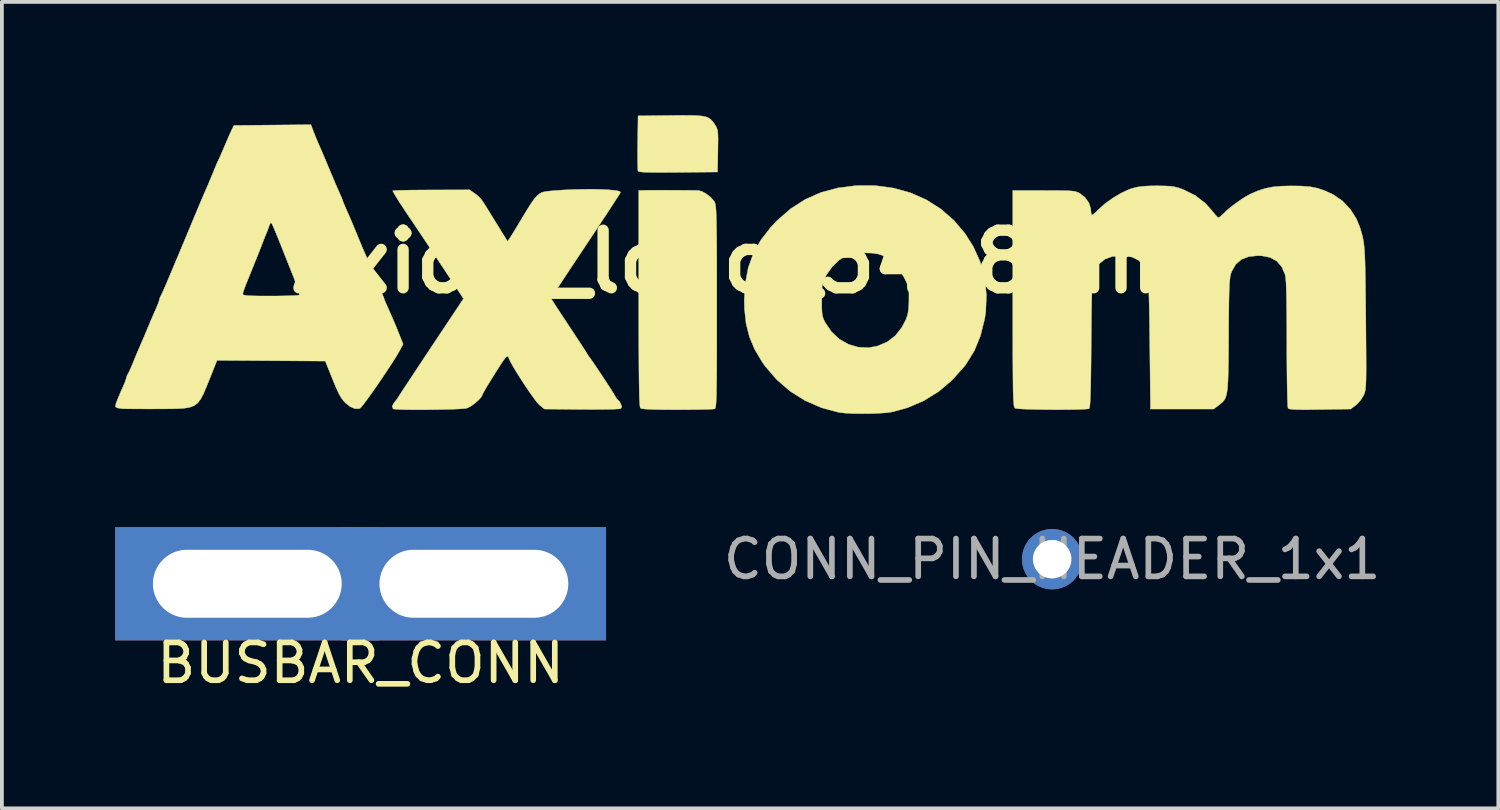
<source format=kicad_pcb>
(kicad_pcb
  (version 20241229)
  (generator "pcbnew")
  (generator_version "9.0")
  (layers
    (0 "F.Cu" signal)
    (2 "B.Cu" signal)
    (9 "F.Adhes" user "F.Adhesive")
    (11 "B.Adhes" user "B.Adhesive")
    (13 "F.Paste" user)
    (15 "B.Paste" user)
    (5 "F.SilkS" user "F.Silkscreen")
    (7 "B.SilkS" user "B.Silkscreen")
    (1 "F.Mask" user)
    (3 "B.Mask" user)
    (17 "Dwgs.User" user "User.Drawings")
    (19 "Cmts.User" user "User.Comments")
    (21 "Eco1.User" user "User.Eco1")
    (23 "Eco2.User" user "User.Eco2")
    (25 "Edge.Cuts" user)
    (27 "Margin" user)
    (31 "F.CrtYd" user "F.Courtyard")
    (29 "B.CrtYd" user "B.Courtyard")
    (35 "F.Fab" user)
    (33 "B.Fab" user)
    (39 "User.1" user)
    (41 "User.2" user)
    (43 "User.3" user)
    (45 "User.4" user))
  (footprint "CONN_PIN_HEADER_1x1"
    (layer "F.Cu")
    (at 24.815 11.759)
    (property "Reference" "CONN_PIN_HEADER_1x1" (at 0 0 0) (layer "F.Fab") (effects (font (size 1 1) (thickness 0.15))))
    (attr through_hole)
    (pad "1" thru_hole circle (at 0 0) (size 1.6 1.6) (drill 1.02) (layers "*.Cu" "*.Mask")))
  (footprint "BUSBAR_CONN"
    (layer "F.Cu")
    (at 6.5 12.41)
    (property "Reference" "BUSBAR_CONN" (at 0 2.1 0) (layer "F.SilkS") (effects (font (size 1 1) (thickness 0.15))))
    (attr through_hole)
    (pad "1" thru_hole rect (at -3 0) (size 7 3) (drill oval 5 1.8) (layers "*.Cu" "*.Mask"))
    (pad "1" thru_hole rect (at 3 0) (size 7 3) (drill oval 5 1.8) (layers "*.Cu" "*.Mask")))
  (footprint "Axiom_logo_34x8mm"
    (layer "F.Cu")
    (at 16.515 3.882)
    (property "Reference" "Axiom_logo_34x8mm" (at 0 0 0) (layer "F.SilkS") (effects (font (size 1.524 1.524) (thickness 0.3))))
    (attr through_hole)
    (fp_poly (pts (xy -1.274 -3.876) (xy -1.094 -3.87) (xy -0.958 -3.857) (xy -0.858 -3.834) (xy -0.784 -3.801) (xy -0.725 -3.754) (xy -0.674 -3.693) (xy -0.634 -3.633) (xy -0.599 -3.578) (xy -0.575 -3.525) (xy -0.559 -3.462) (xy -0.551 -3.374) (xy -0.548 -3.249) (xy -0.55 -3.073) (xy -0.552 -2.936) (xy -0.562 -2.377) (xy -1.607 -2.367) (xy -1.922 -2.365) (xy -2.171 -2.365) (xy -2.361 -2.367) (xy -2.499 -2.371) (xy -2.592 -2.379) (xy -2.646 -2.389) (xy -2.668 -2.403) (xy -2.669 -2.404) (xy -2.674 -2.454) (xy -2.677 -2.564) (xy -2.679 -2.723) (xy -2.679 -2.918) (xy -2.677 -3.137) (xy -2.677 -3.158) (xy -2.667 -3.864) (xy -1.805 -3.874) (xy -1.508 -3.877) (xy -1.274 -3.876)) (stroke (width 0.01) (type solid)) (fill yes) (layer "F.SilkS"))
    (fp_poly (pts (xy -1.814 -1.894) (xy -1.592 -1.893) (xy -1.379 -1.891) (xy -1.189 -1.89) (xy -1.069 -1.888) (xy -0.97 -1.861) (xy -0.852 -1.793) (xy -0.738 -1.702) (xy -0.654 -1.606) (xy -0.635 -1.574) (xy -0.625 -1.544) (xy -0.616 -1.499) (xy -0.608 -1.434) (xy -0.601 -1.343) (xy -0.596 -1.222) (xy -0.591 -1.066) (xy -0.588 -0.87) (xy -0.585 -0.629) (xy -0.583 -0.338) (xy -0.582 0.008) (xy -0.581 0.413) (xy -0.581 0.883) (xy -0.581 1.208) (xy -0.581 1.715) (xy -0.581 2.154) (xy -0.582 2.531) (xy -0.583 2.849) (xy -0.585 3.114) (xy -0.588 3.33) (xy -0.591 3.503) (xy -0.596 3.637) (xy -0.601 3.738) (xy -0.608 3.809) (xy -0.615 3.855) (xy -0.624 3.883) (xy -0.635 3.895) (xy -0.638 3.897) (xy -0.689 3.903) (xy -0.802 3.908) (xy -0.966 3.913) (xy -1.173 3.916) (xy -1.41 3.918) (xy -1.629 3.919) (xy -1.942 3.918) (xy -2.189 3.914) (xy -2.373 3.908) (xy -2.501 3.899) (xy -2.577 3.888) (xy -2.605 3.875) (xy -2.614 3.85) (xy -2.621 3.788) (xy -2.627 3.686) (xy -2.633 3.542) (xy -2.637 3.35) (xy -2.641 3.108) (xy -2.644 2.811) (xy -2.646 2.457) (xy -2.648 2.042) (xy -2.649 1.561) (xy -2.649 1.012) (xy -2.649 0.972) (xy -2.649 -1.887) (xy -2.458 -1.892) (xy -2.366 -1.893) (xy -2.217 -1.894) (xy -2.028 -1.894) (xy -1.814 -1.894)) (stroke (width 0.01) (type solid)) (fill yes) (layer "F.SilkS"))
    (fp_poly (pts (xy 4.092 -1.953) (xy 4.546 -1.827) (xy 4.968 -1.641) (xy 5.354 -1.396) (xy 5.699 -1.094) (xy 5.999 -0.739) (xy 6.214 -0.399) (xy 6.394 0.003) (xy 6.51 0.431) (xy 6.559 0.876) (xy 6.541 1.327) (xy 6.514 1.506) (xy 6.403 1.957) (xy 6.238 2.36) (xy 6.019 2.714) (xy 5.985 2.759) (xy 5.654 3.131) (xy 5.294 3.438) (xy 4.9 3.682) (xy 4.469 3.866) (xy 4.064 3.977) (xy 3.923 3.998) (xy 3.729 4.012) (xy 3.503 4.021) (xy 3.265 4.023) (xy 3.033 4.02) (xy 2.829 4.01) (xy 2.672 3.993) (xy 2.649 3.989) (xy 2.19 3.866) (xy 1.759 3.679) (xy 1.363 3.43) (xy 1.008 3.125) (xy 0.699 2.767) (xy 0.62 2.655) (xy 0.423 2.323) (xy 0.283 1.99) (xy 0.194 1.639) (xy 0.152 1.253) (xy 0.15 1.187) (xy 2.198 1.187) (xy 2.203 1.321) (xy 2.214 1.418) (xy 2.236 1.496) (xy 2.271 1.574) (xy 2.292 1.615) (xy 2.459 1.858) (xy 2.666 2.051) (xy 2.906 2.187) (xy 3.167 2.264) (xy 3.44 2.276) (xy 3.682 2.23) (xy 3.935 2.121) (xy 4.146 1.958) (xy 4.32 1.737) (xy 4.431 1.525) (xy 4.471 1.411) (xy 4.495 1.273) (xy 4.506 1.093) (xy 4.507 1.015) (xy 4.508 0.85) (xy 4.501 0.733) (xy 4.481 0.638) (xy 4.442 0.542) (xy 4.38 0.419) (xy 4.373 0.404) (xy 4.213 0.158) (xy 4.018 -0.034) (xy 3.81 -0.167) (xy 3.691 -0.206) (xy 3.524 -0.229) (xy 3.332 -0.236) (xy 3.14 -0.228) (xy 2.97 -0.203) (xy 2.857 -0.169) (xy 2.66 -0.047) (xy 2.476 0.131) (xy 2.323 0.346) (xy 2.317 0.357) (xy 2.268 0.448) (xy 2.235 0.525) (xy 2.215 0.606) (xy 2.204 0.71) (xy 2.2 0.854) (xy 2.198 0.998) (xy 2.198 1.187) (xy 0.15 1.187) (xy 0.146 1.026) (xy 0.173 0.569) (xy 0.252 0.155) (xy 0.389 -0.223) (xy 0.586 -0.576) (xy 0.847 -0.913) (xy 1.016 -1.092) (xy 1.375 -1.404) (xy 1.76 -1.651) (xy 2.175 -1.834) (xy 2.625 -1.955) (xy 3.102 -2.016) (xy 3.609 -2.017) (xy 4.092 -1.953)) (stroke (width 0.01) (type solid)) (fill yes) (layer "F.SilkS"))
    (fp_poly (pts (xy -3.686 -1.917) (xy -3.497 -1.908) (xy -3.472 -1.907) (xy -3.304 -1.892) (xy -3.198 -1.876) (xy -3.145 -1.858) (xy -3.133 -1.834) (xy -3.135 -1.83) (xy -3.158 -1.79) (xy -3.218 -1.697) (xy -3.31 -1.555) (xy -3.429 -1.372) (xy -3.573 -1.154) (xy -3.736 -0.907) (xy -3.914 -0.638) (xy -4.062 -0.415) (xy -4.249 -0.134) (xy -4.424 0.129) (xy -4.581 0.366) (xy -4.717 0.573) (xy -4.828 0.742) (xy -4.91 0.869) (xy -4.959 0.946) (xy -4.971 0.968) (xy -4.952 1.002) (xy -4.898 1.088) (xy -4.815 1.216) (xy -4.708 1.379) (xy -4.584 1.567) (xy -4.508 1.681) (xy -4.376 1.881) (xy -4.257 2.062) (xy -4.157 2.214) (xy -4.083 2.329) (xy -4.04 2.397) (xy -4.031 2.411) (xy -3.996 2.471) (xy -3.986 2.484) (xy -3.938 2.549) (xy -3.861 2.659) (xy -3.764 2.802) (xy -3.657 2.962) (xy -3.548 3.127) (xy -3.446 3.282) (xy -3.361 3.415) (xy -3.302 3.51) (xy -3.281 3.547) (xy -3.235 3.624) (xy -3.199 3.664) (xy -3.195 3.665) (xy -3.163 3.694) (xy -3.125 3.761) (xy -3.099 3.838) (xy -3.116 3.88) (xy -3.128 3.889) (xy -3.175 3.897) (xy -3.286 3.904) (xy -3.448 3.908) (xy -3.654 3.911) (xy -3.893 3.912) (xy -4.154 3.911) (xy -4.16 3.911) (xy -5.146 3.901) (xy -5.282 3.79) (xy -5.34 3.728) (xy -5.425 3.617) (xy -5.53 3.47) (xy -5.646 3.3) (xy -5.763 3.12) (xy -5.875 2.944) (xy -5.971 2.784) (xy -6.043 2.654) (xy -6.083 2.568) (xy -6.083 2.567) (xy -6.099 2.527) (xy -6.116 2.505) (xy -6.141 2.508) (xy -6.178 2.542) (xy -6.232 2.612) (xy -6.307 2.724) (xy -6.409 2.884) (xy -6.543 3.098) (xy -6.598 3.187) (xy -6.678 3.318) (xy -6.741 3.427) (xy -6.779 3.498) (xy -6.785 3.516) (xy -6.814 3.577) (xy -6.886 3.658) (xy -6.984 3.745) (xy -7.089 3.822) (xy -7.183 3.872) (xy -7.203 3.878) (xy -7.274 3.889) (xy -7.401 3.898) (xy -7.573 3.905) (xy -7.777 3.911) (xy -8.001 3.916) (xy -8.234 3.919) (xy -8.464 3.919) (xy -8.679 3.919) (xy -8.868 3.916) (xy -9.018 3.91) (xy -9.118 3.903) (xy -9.156 3.895) (xy -9.178 3.827) (xy -9.134 3.739) (xy -9.113 3.715) (xy -9.058 3.649) (xy -9.032 3.609) (xy -9.009 3.572) (xy -8.95 3.481) (xy -8.86 3.343) (xy -8.742 3.164) (xy -8.6 2.949) (xy -8.44 2.707) (xy -8.264 2.442) (xy -8.154 2.276) (xy -7.29 0.978) (xy -7.798 0.208) (xy -7.971 -0.053) (xy -8.161 -0.34) (xy -8.356 -0.632) (xy -8.542 -0.91) (xy -8.705 -1.153) (xy -8.745 -1.211) (xy -8.872 -1.402) (xy -8.984 -1.573) (xy -9.073 -1.714) (xy -9.134 -1.817) (xy -9.162 -1.873) (xy -9.163 -1.88) (xy -9.123 -1.885) (xy -9.02 -1.89) (xy -8.863 -1.894) (xy -8.662 -1.898) (xy -8.427 -1.9) (xy -8.166 -1.902) (xy -8.137 -1.902) (xy -7.13 -1.905) (xy -7.003 -1.816) (xy -6.937 -1.768) (xy -6.884 -1.722) (xy -6.833 -1.668) (xy -6.777 -1.592) (xy -6.706 -1.482) (xy -6.61 -1.327) (xy -6.563 -1.252) (xy -6.462 -1.087) (xy -6.362 -0.926) (xy -6.278 -0.789) (xy -6.231 -0.715) (xy -6.122 -0.54) (xy -6.053 -0.642) (xy -6.009 -0.711) (xy -5.938 -0.827) (xy -5.848 -0.975) (xy -5.748 -1.141) (xy -5.726 -1.179) (xy -5.598 -1.39) (xy -5.498 -1.548) (xy -5.418 -1.661) (xy -5.349 -1.74) (xy -5.285 -1.795) (xy -5.221 -1.834) (xy -5.148 -1.854) (xy -5.014 -1.872) (xy -4.834 -1.888) (xy -4.62 -1.902) (xy -4.386 -1.912) (xy -4.143 -1.918) (xy -3.905 -1.92) (xy -3.686 -1.917)) (stroke (width 0.01) (type solid)) (fill yes) (layer "F.SilkS"))
    (fp_poly (pts (xy -11.266 -3.457) (xy -11.21 -3.315) (xy -11.145 -3.16) (xy -11.12 -3.102) (xy -11.061 -2.969) (xy -10.992 -2.807) (xy -10.94 -2.685) (xy -10.881 -2.544) (xy -10.825 -2.41) (xy -10.788 -2.322) (xy -10.743 -2.218) (xy -10.707 -2.13) (xy -10.704 -2.123) (xy -10.674 -2.052) (xy -10.626 -1.941) (xy -10.581 -1.841) (xy -10.532 -1.729) (xy -10.498 -1.647) (xy -10.487 -1.613) (xy -10.473 -1.573) (xy -10.438 -1.489) (xy -10.41 -1.424) (xy -10.344 -1.275) (xy -10.288 -1.147) (xy -10.232 -1.016) (xy -10.167 -0.858) (xy -10.105 -0.708) (xy -10.038 -0.547) (xy -9.974 -0.393) (xy -9.922 -0.272) (xy -9.906 -0.236) (xy -9.853 -0.117) (xy -9.787 0.035) (xy -9.713 0.208) (xy -9.636 0.388) (xy -9.561 0.564) (xy -9.495 0.721) (xy -9.442 0.849) (xy -9.408 0.934) (xy -9.398 0.962) (xy -9.384 1.003) (xy -9.35 1.088) (xy -9.321 1.152) (xy -9.233 1.349) (xy -9.168 1.498) (xy -9.117 1.616) (xy -9.072 1.722) (xy -9.027 1.834) (xy -8.997 1.909) (xy -8.89 2.18) (xy -8.959 2.314) (xy -9.018 2.419) (xy -9.104 2.561) (xy -9.212 2.73) (xy -9.335 2.916) (xy -9.465 3.11) (xy -9.597 3.302) (xy -9.723 3.482) (xy -9.837 3.64) (xy -9.932 3.768) (xy -10.001 3.854) (xy -10.039 3.89) (xy -10.04 3.89) (xy -10.167 3.891) (xy -10.294 3.836) (xy -10.412 3.742) (xy -10.478 3.673) (xy -10.539 3.586) (xy -10.603 3.469) (xy -10.676 3.308) (xy -10.753 3.121) (xy -10.951 2.631) (xy -12.384 2.621) (xy -13.817 2.612) (xy -14.002 3.075) (xy -14.097 3.311) (xy -14.177 3.497) (xy -14.251 3.638) (xy -14.33 3.741) (xy -14.425 3.812) (xy -14.544 3.857) (xy -14.699 3.882) (xy -14.9 3.893) (xy -15.156 3.896) (xy -15.366 3.897) (xy -15.612 3.898) (xy -15.843 3.897) (xy -16.047 3.896) (xy -16.209 3.894) (xy -16.317 3.891) (xy -16.338 3.89) (xy -16.457 3.872) (xy -16.508 3.84) (xy -16.51 3.831) (xy -16.497 3.767) (xy -16.456 3.654) (xy -16.385 3.486) (xy -16.307 3.31) (xy -16.259 3.198) (xy -16.228 3.109) (xy -16.22 3.072) (xy -16.197 3.003) (xy -16.189 2.992) (xy -16.161 2.944) (xy -16.116 2.847) (xy -16.06 2.718) (xy -16.039 2.667) (xy -15.976 2.512) (xy -15.914 2.364) (xy -15.864 2.249) (xy -15.857 2.232) (xy -15.808 2.12) (xy -15.746 1.975) (xy -15.694 1.851) (xy -15.614 1.66) (xy -15.55 1.508) (xy -15.49 1.37) (xy -15.426 1.225) (xy -15.382 1.12) (xy -15.354 1.041) (xy -15.349 1.016) (xy -15.332 0.956) (xy -15.313 0.916) (xy -15.294 0.88) (xy -15.282 0.855) (xy -13.135 0.855) (xy -13.125 0.873) (xy -13.089 0.886) (xy -13.017 0.896) (xy -12.902 0.902) (xy -12.736 0.906) (xy -12.509 0.907) (xy -12.394 0.907) (xy -12.169 0.906) (xy -11.971 0.902) (xy -11.808 0.897) (xy -11.694 0.89) (xy -11.639 0.882) (xy -11.635 0.88) (xy -11.641 0.836) (xy -11.672 0.735) (xy -11.723 0.588) (xy -11.791 0.405) (xy -11.874 0.196) (xy -11.902 0.127) (xy -11.925 0.069) (xy -11.97 -0.043) (xy -12.03 -0.195) (xy -12.101 -0.373) (xy -12.14 -0.472) (xy -12.214 -0.655) (xy -12.28 -0.814) (xy -12.332 -0.937) (xy -12.367 -1.012) (xy -12.376 -1.029) (xy -12.404 -1.023) (xy -12.428 -0.974) (xy -12.462 -0.877) (xy -12.5 -0.78) (xy -12.538 -0.687) (xy -12.589 -0.557) (xy -12.629 -0.454) (xy -12.684 -0.31) (xy -12.74 -0.169) (xy -12.772 -0.091) (xy -12.827 0.044) (xy -12.883 0.184) (xy -12.889 0.2) (xy -12.935 0.312) (xy -12.993 0.457) (xy -13.041 0.574) (xy -13.089 0.698) (xy -13.123 0.799) (xy -13.135 0.855) (xy -15.282 0.855) (xy -15.266 0.82) (xy -15.226 0.731) (xy -15.172 0.607) (xy -15.103 0.446) (xy -15.017 0.241) (xy -14.911 -0.01) (xy -14.784 -0.313) (xy -14.634 -0.672) (xy -14.459 -1.092) (xy -14.37 -1.306) (xy -14.293 -1.49) (xy -14.219 -1.664) (xy -14.156 -1.811) (xy -14.113 -1.911) (xy -14.109 -1.918) (xy -14.059 -2.033) (xy -13.996 -2.183) (xy -13.933 -2.335) (xy -13.875 -2.477) (xy -13.82 -2.608) (xy -13.778 -2.699) (xy -13.776 -2.703) (xy -13.751 -2.757) (xy -13.725 -2.814) (xy -13.692 -2.888) (xy -13.647 -2.993) (xy -13.583 -3.144) (xy -13.538 -3.248) (xy -13.485 -3.37) (xy -13.435 -3.478) (xy -13.415 -3.52) (xy -13.369 -3.61) (xy -12.35 -3.62) (xy -11.331 -3.63) (xy -11.266 -3.457)) (stroke (width 0.01) (type solid)) (fill yes) (layer "F.SilkS"))
    (fp_poly (pts (xy 11.283 -2.008) (xy 11.43 -2) (xy 11.548 -1.983) (xy 11.657 -1.954) (xy 11.775 -1.912) (xy 12.088 -1.756) (xy 12.356 -1.55) (xy 12.526 -1.36) (xy 12.603 -1.264) (xy 12.666 -1.194) (xy 12.697 -1.168) (xy 12.74 -1.186) (xy 12.807 -1.243) (xy 12.834 -1.271) (xy 12.935 -1.368) (xy 13.077 -1.484) (xy 13.239 -1.603) (xy 13.397 -1.708) (xy 13.531 -1.784) (xy 13.542 -1.79) (xy 13.751 -1.88) (xy 13.942 -1.942) (xy 14.138 -1.981) (xy 14.362 -2.002) (xy 14.623 -2.009) (xy 14.902 -2.005) (xy 15.13 -1.987) (xy 15.326 -1.948) (xy 15.512 -1.886) (xy 15.707 -1.796) (xy 15.76 -1.768) (xy 15.992 -1.607) (xy 16.196 -1.391) (xy 16.357 -1.138) (xy 16.445 -0.925) (xy 16.476 -0.825) (xy 16.503 -0.733) (xy 16.525 -0.644) (xy 16.543 -0.55) (xy 16.558 -0.444) (xy 16.57 -0.32) (xy 16.579 -0.169) (xy 16.586 0.014) (xy 16.592 0.238) (xy 16.596 0.509) (xy 16.6 0.835) (xy 16.604 1.222) (xy 16.607 1.476) (xy 16.61 1.896) (xy 16.613 2.25) (xy 16.615 2.544) (xy 16.616 2.784) (xy 16.615 2.977) (xy 16.612 3.128) (xy 16.608 3.245) (xy 16.601 3.334) (xy 16.593 3.4) (xy 16.582 3.451) (xy 16.569 3.492) (xy 16.553 3.53) (xy 16.553 3.53) (xy 16.478 3.655) (xy 16.376 3.77) (xy 16.345 3.796) (xy 16.207 3.901) (xy 15.392 3.913) (xy 15.118 3.917) (xy 14.909 3.917) (xy 14.755 3.915) (xy 14.65 3.908) (xy 14.585 3.898) (xy 14.552 3.883) (xy 14.546 3.877) (xy 14.54 3.832) (xy 14.534 3.721) (xy 14.529 3.553) (xy 14.524 3.335) (xy 14.52 3.074) (xy 14.517 2.777) (xy 14.515 2.453) (xy 14.515 2.163) (xy 14.514 1.708) (xy 14.511 1.323) (xy 14.507 1.005) (xy 14.501 0.752) (xy 14.494 0.56) (xy 14.484 0.428) (xy 14.473 0.353) (xy 14.472 0.349) (xy 14.383 0.138) (xy 14.25 -0.016) (xy 14.073 -0.114) (xy 13.847 -0.158) (xy 13.749 -0.161) (xy 13.506 -0.136) (xy 13.313 -0.062) (xy 13.166 0.065) (xy 13.059 0.248) (xy 13.042 0.291) (xy 13.026 0.341) (xy 13.014 0.403) (xy 13.004 0.486) (xy 12.995 0.597) (xy 12.989 0.742) (xy 12.984 0.929) (xy 12.98 1.165) (xy 12.977 1.457) (xy 12.974 1.812) (xy 12.974 1.941) (xy 12.972 2.332) (xy 12.969 2.657) (xy 12.964 2.923) (xy 12.957 3.137) (xy 12.947 3.306) (xy 12.932 3.438) (xy 12.912 3.538) (xy 12.886 3.613) (xy 12.852 3.671) (xy 12.81 3.719) (xy 12.758 3.763) (xy 12.716 3.796) (xy 12.579 3.901) (xy 10.904 3.901) (xy 10.885 2.159) (xy 10.879 1.688) (xy 10.873 1.289) (xy 10.865 0.959) (xy 10.857 0.697) (xy 10.847 0.501) (xy 10.837 0.369) (xy 10.825 0.301) (xy 10.824 0.3) (xy 10.726 0.101) (xy 10.591 -0.038) (xy 10.414 -0.124) (xy 10.188 -0.159) (xy 10.124 -0.16) (xy 9.888 -0.138) (xy 9.7 -0.069) (xy 9.55 0.05) (xy 9.529 0.074) (xy 9.489 0.124) (xy 9.455 0.175) (xy 9.426 0.232) (xy 9.403 0.303) (xy 9.385 0.393) (xy 9.371 0.51) (xy 9.36 0.66) (xy 9.351 0.849) (xy 9.346 1.084) (xy 9.341 1.372) (xy 9.338 1.719) (xy 9.335 2.132) (xy 9.334 2.158) (xy 9.331 2.58) (xy 9.327 2.934) (xy 9.322 3.224) (xy 9.317 3.456) (xy 9.31 3.633) (xy 9.303 3.76) (xy 9.294 3.842) (xy 9.284 3.884) (xy 9.279 3.89) (xy 9.228 3.899) (xy 9.116 3.907) (xy 8.956 3.912) (xy 8.76 3.916) (xy 8.539 3.917) (xy 8.306 3.917) (xy 8.072 3.915) (xy 7.85 3.911) (xy 7.652 3.906) (xy 7.49 3.899) (xy 7.376 3.89) (xy 7.321 3.88) (xy 7.321 3.88) (xy 7.309 3.87) (xy 7.299 3.851) (xy 7.29 3.818) (xy 7.283 3.767) (xy 7.277 3.693) (xy 7.271 3.591) (xy 7.267 3.457) (xy 7.264 3.285) (xy 7.262 3.071) (xy 7.26 2.81) (xy 7.258 2.498) (xy 7.258 2.129) (xy 7.257 1.699) (xy 7.257 1.204) (xy 7.257 0.978) (xy 7.257 -1.887) (xy 8.078 -1.887) (xy 8.345 -1.886) (xy 8.55 -1.885) (xy 8.704 -1.881) (xy 8.815 -1.874) (xy 8.896 -1.863) (xy 8.955 -1.847) (xy 9.004 -1.827) (xy 9.03 -1.813) (xy 9.171 -1.702) (xy 9.273 -1.558) (xy 9.323 -1.403) (xy 9.325 -1.361) (xy 9.333 -1.277) (xy 9.35 -1.235) (xy 9.354 -1.234) (xy 9.393 -1.258) (xy 9.464 -1.321) (xy 9.527 -1.383) (xy 9.696 -1.536) (xy 9.905 -1.686) (xy 10.127 -1.818) (xy 10.337 -1.916) (xy 10.418 -1.944) (xy 10.562 -1.979) (xy 10.722 -2) (xy 10.919 -2.01) (xy 11.085 -2.011) (xy 11.283 -2.008)) (stroke (width 0.01) (type solid)) (fill yes) (layer "F.SilkS")))
  (gr_rect
    (start -3 -3)
    (end 36.631 18.359)
    (stroke (width 0.1) (type default))
    (fill no)
    (layer "Edge.Cuts")))
</source>
